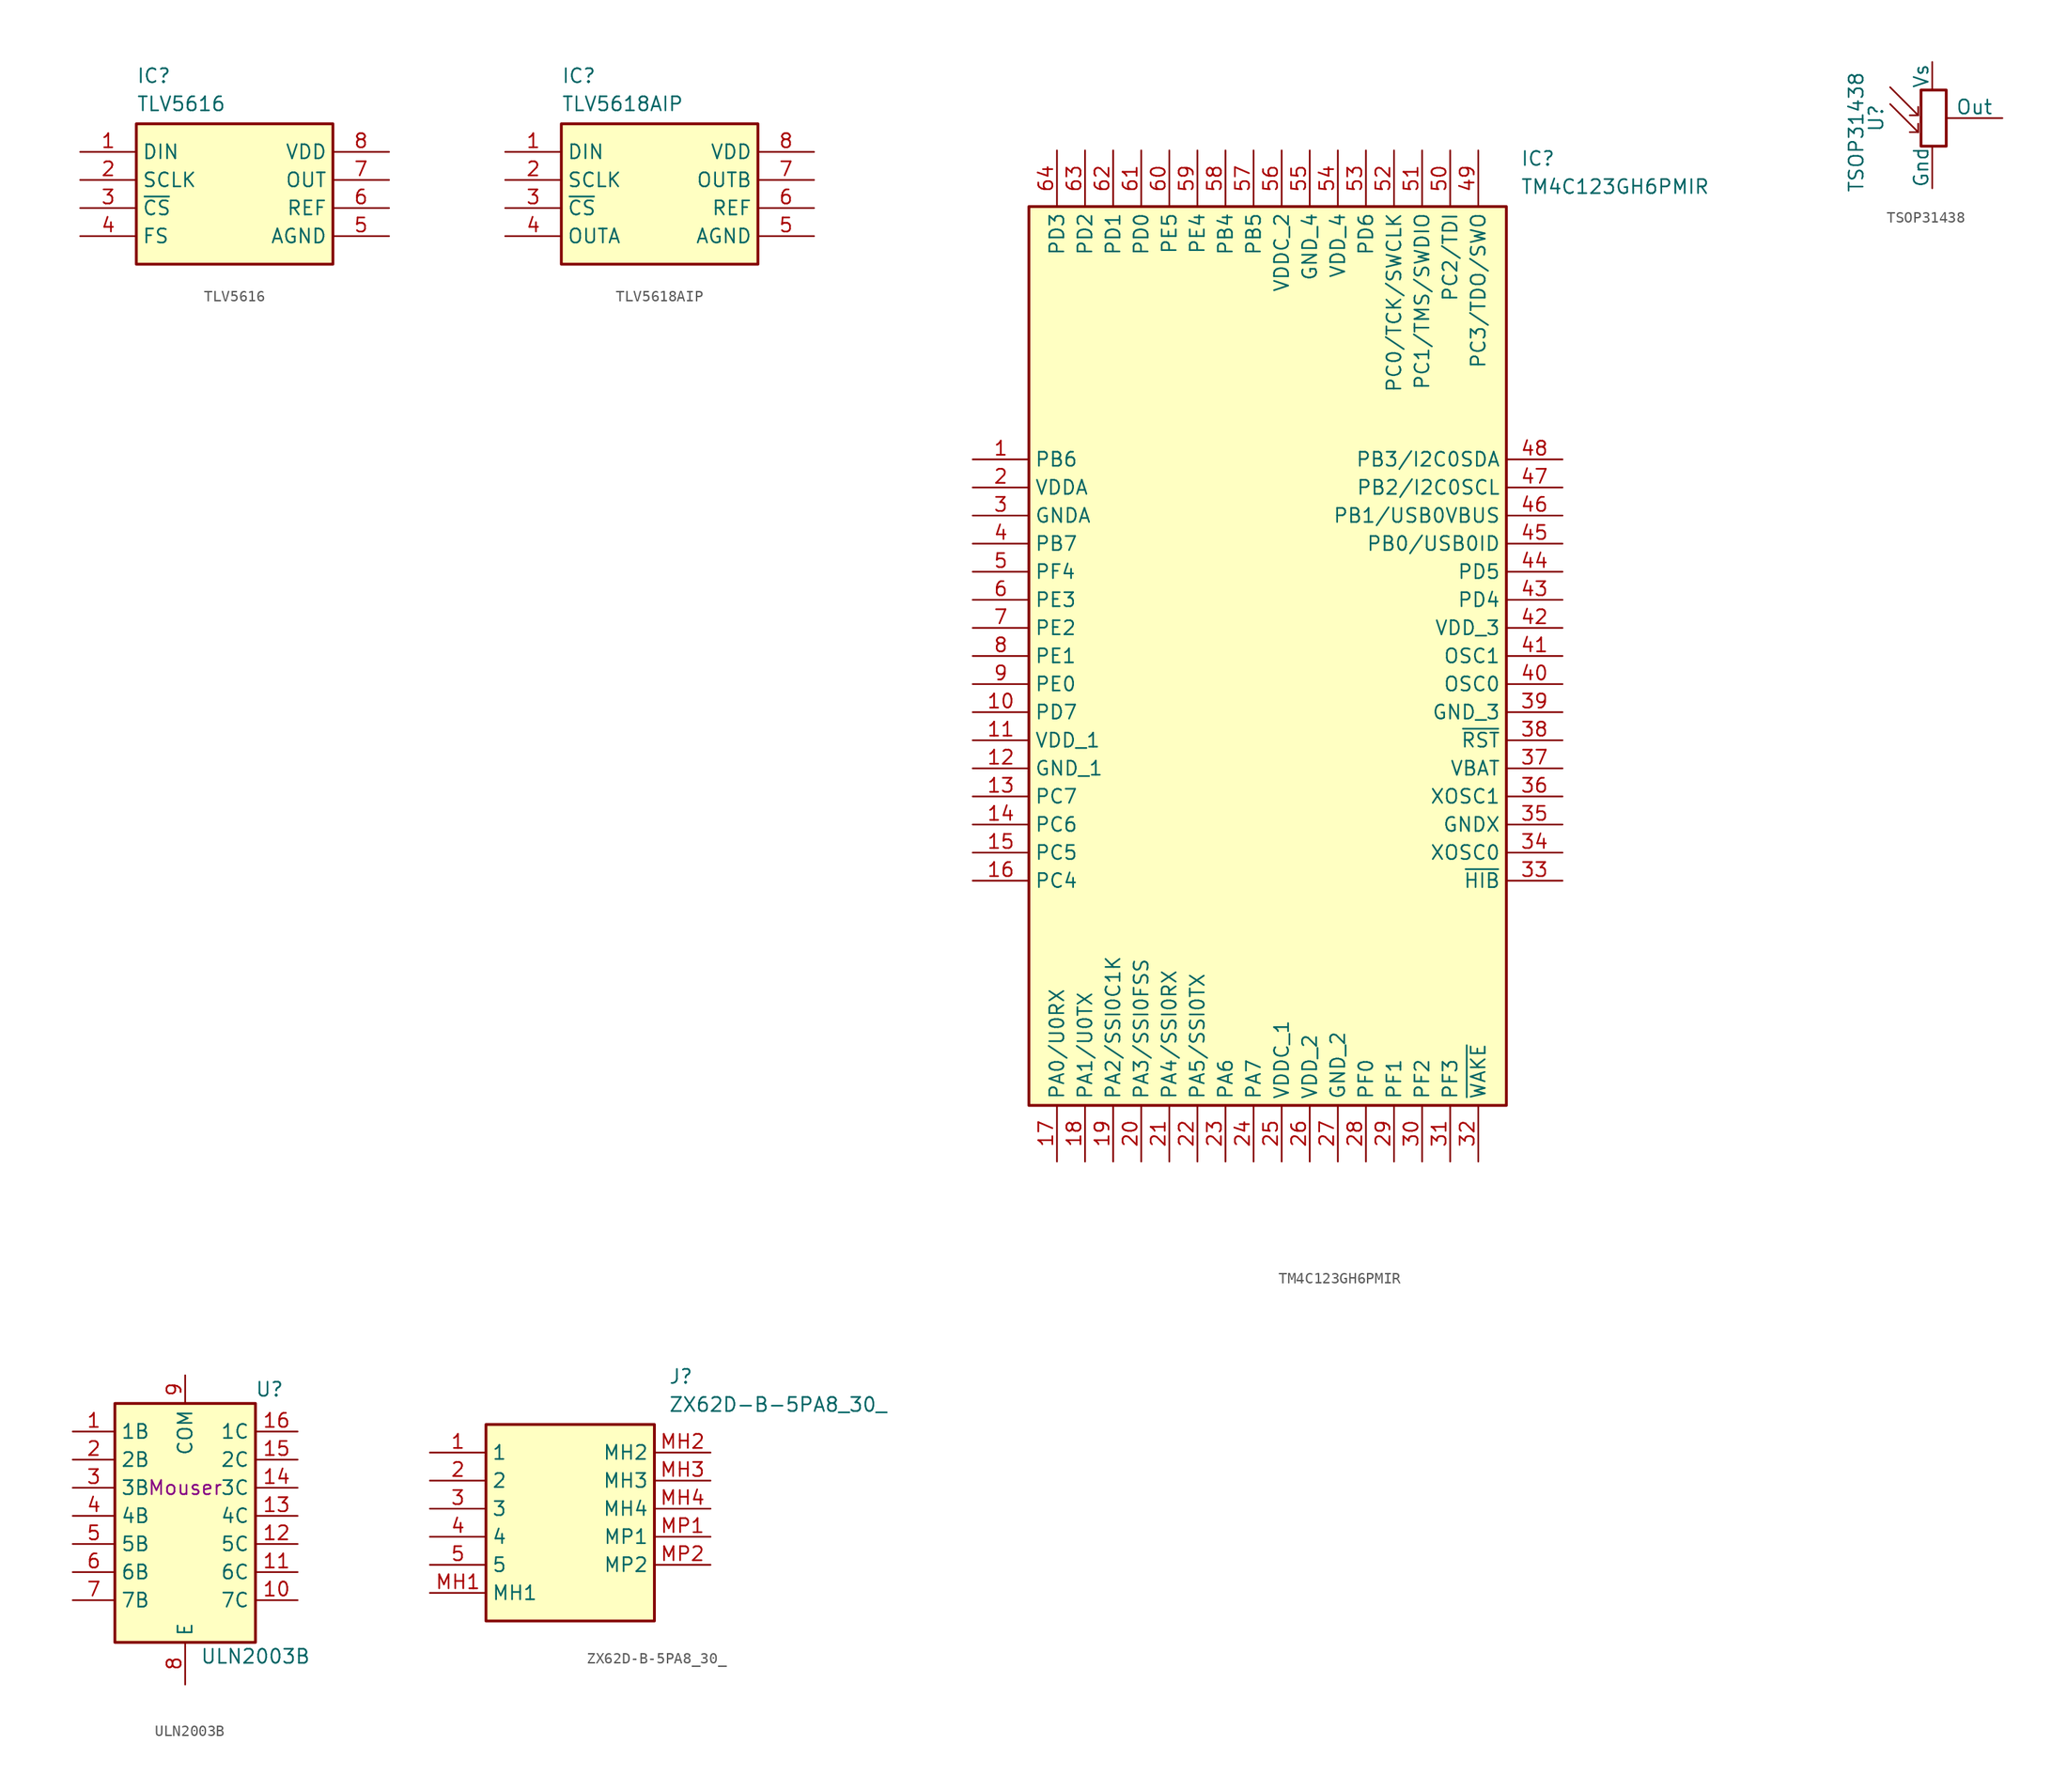
<source format=kicad_sym>
(kicad_symbol_lib
  (version 20241209)
  (generator "kicad_symbol_editor")
  (generator_version "9.0")
  (symbol "TLV5616"
    (property "Reference" "IC"
      (at -8.89 11.43 0)
      (effects (font (size 1.27 1.27)) (justify left top)))
    (property "Value" "TLV5616"
      (at -8.89 8.89 0)
      (effects (font (size 1.27 1.27)) (justify left top)))
    (symbol "TLV5616_1_1"
      (rectangle (start -8.89 6.35) (end 8.89 -6.35) (stroke (width 0.254) (type default)) (fill (type background)))
      (pin input line (at -13.97 3.81 0) (length 5.08) (name "DIN" (effects (font (size 1.27 1.27)))) (number "1" (effects (font (size 1.27 1.27)))))
      (pin input line (at -13.97 1.27 0) (length 5.08) (name "SCLK" (effects (font (size 1.27 1.27)))) (number "2" (effects (font (size 1.27 1.27)))))
      (pin input line (at -13.97 -1.27 0) (length 5.08) (name "~{CS}" (effects (font (size 1.27 1.27)))) (number "3" (effects (font (size 1.27 1.27)))))
      (pin input line (at -13.97 -3.81 0) (length 5.08) (name "FS" (effects (font (size 1.27 1.27)))) (number "4" (effects (font (size 1.27 1.27)))))
      (pin power_in line (at 13.97 3.81 180) (length 5.08) (name "VDD" (effects (font (size 1.27 1.27)))) (number "8" (effects (font (size 1.27 1.27)))))
      (pin output line (at 13.97 1.27 180) (length 5.08) (name "OUT" (effects (font (size 1.27 1.27)))) (number "7" (effects (font (size 1.27 1.27)))))
      (pin input line (at 13.97 -1.27 180) (length 5.08) (name "REF" (effects (font (size 1.27 1.27)))) (number "6" (effects (font (size 1.27 1.27)))))
      (pin power_in line (at 13.97 -3.81 180) (length 5.08) (name "AGND" (effects (font (size 1.27 1.27)))) (number "5" (effects (font (size 1.27 1.27)))))))
  (symbol "TLV5618AIP"
    (property "Reference" "IC"
      (at -8.89 11.43 0)
      (effects (font (size 1.27 1.27)) (justify left top)))
    (property "Value" "TLV5618AIP"
      (at -8.89 8.89 0)
      (effects (font (size 1.27 1.27)) (justify left top)))
    (symbol "TLV5618AIP_1_1"
      (rectangle (start -8.89 6.35) (end 8.89 -6.35) (stroke (width 0.254) (type default)) (fill (type background)))
      (pin passive line (at -13.97 3.81 0) (length 5.08) (name "DIN" (effects (font (size 1.27 1.27)))) (number "1" (effects (font (size 1.27 1.27)))))
      (pin passive line (at -13.97 1.27 0) (length 5.08) (name "SCLK" (effects (font (size 1.27 1.27)))) (number "2" (effects (font (size 1.27 1.27)))))
      (pin passive line (at -13.97 -1.27 0) (length 5.08) (name "~{CS}" (effects (font (size 1.27 1.27)))) (number "3" (effects (font (size 1.27 1.27)))))
      (pin passive line (at -13.97 -3.81 0) (length 5.08) (name "OUTA" (effects (font (size 1.27 1.27)))) (number "4" (effects (font (size 1.27 1.27)))))
      (pin passive line (at 13.97 3.81 180) (length 5.08) (name "VDD" (effects (font (size 1.27 1.27)))) (number "8" (effects (font (size 1.27 1.27)))))
      (pin passive line (at 13.97 1.27 180) (length 5.08) (name "OUTB" (effects (font (size 1.27 1.27)))) (number "7" (effects (font (size 1.27 1.27)))))
      (pin passive line (at 13.97 -1.27 180) (length 5.08) (name "REF" (effects (font (size 1.27 1.27)))) (number "6" (effects (font (size 1.27 1.27)))))
      (pin passive line (at 13.97 -3.81 180) (length 5.08) (name "AGND" (effects (font (size 1.27 1.27)))) (number "5" (effects (font (size 1.27 1.27)))))))
  (symbol "TM4C123GH6PMIR"
    (property "Reference" "IC"
      (at 49.53 27.94 0)
      (effects (font (size 1.27 1.27)) (justify left top)))
    (property "Value" "TM4C123GH6PMIR"
      (at 49.53 25.4 0)
      (effects (font (size 1.27 1.27)) (justify left top)))
    (symbol "TM4C123GH6PMIR_1_1"
      (rectangle (start 5.08 22.86) (end 48.26 -58.42) (stroke (width 0.254) (type default)) (fill (type background)))
      (pin passive line (at 0 0 0) (length 5.08) (name "PB6" (effects (font (size 1.27 1.27)))) (number "1" (effects (font (size 1.27 1.27)))))
      (pin passive line (at 0 -2.54 0) (length 5.08) (name "VDDA" (effects (font (size 1.27 1.27)))) (number "2" (effects (font (size 1.27 1.27)))))
      (pin passive line (at 0 -5.08 0) (length 5.08) (name "GNDA" (effects (font (size 1.27 1.27)))) (number "3" (effects (font (size 1.27 1.27)))))
      (pin passive line (at 0 -7.62 0) (length 5.08) (name "PB7" (effects (font (size 1.27 1.27)))) (number "4" (effects (font (size 1.27 1.27)))))
      (pin passive line (at 0 -10.16 0) (length 5.08) (name "PF4" (effects (font (size 1.27 1.27)))) (number "5" (effects (font (size 1.27 1.27)))))
      (pin passive line (at 0 -12.7 0) (length 5.08) (name "PE3" (effects (font (size 1.27 1.27)))) (number "6" (effects (font (size 1.27 1.27)))))
      (pin passive line (at 0 -15.24 0) (length 5.08) (name "PE2" (effects (font (size 1.27 1.27)))) (number "7" (effects (font (size 1.27 1.27)))))
      (pin passive line (at 0 -17.78 0) (length 5.08) (name "PE1" (effects (font (size 1.27 1.27)))) (number "8" (effects (font (size 1.27 1.27)))))
      (pin passive line (at 0 -20.32 0) (length 5.08) (name "PE0" (effects (font (size 1.27 1.27)))) (number "9" (effects (font (size 1.27 1.27)))))
      (pin passive line (at 0 -22.86 0) (length 5.08) (name "PD7" (effects (font (size 1.27 1.27)))) (number "10" (effects (font (size 1.27 1.27)))))
      (pin passive line (at 0 -25.4 0) (length 5.08) (name "VDD_1" (effects (font (size 1.27 1.27)))) (number "11" (effects (font (size 1.27 1.27)))))
      (pin passive line (at 0 -27.94 0) (length 5.08) (name "GND_1" (effects (font (size 1.27 1.27)))) (number "12" (effects (font (size 1.27 1.27)))))
      (pin passive line (at 0 -30.48 0) (length 5.08) (name "PC7" (effects (font (size 1.27 1.27)))) (number "13" (effects (font (size 1.27 1.27)))))
      (pin passive line (at 0 -33.02 0) (length 5.08) (name "PC6" (effects (font (size 1.27 1.27)))) (number "14" (effects (font (size 1.27 1.27)))))
      (pin passive line (at 0 -35.56 0) (length 5.08) (name "PC5" (effects (font (size 1.27 1.27)))) (number "15" (effects (font (size 1.27 1.27)))))
      (pin passive line (at 0 -38.1 0) (length 5.08) (name "PC4" (effects (font (size 1.27 1.27)))) (number "16" (effects (font (size 1.27 1.27)))))
      (pin passive line (at 7.62 27.94 270) (length 5.08) (name "PD3" (effects (font (size 1.27 1.27)))) (number "64" (effects (font (size 1.27 1.27)))))
      (pin passive line (at 7.62 -63.5 90) (length 5.08) (name "PA0/U0RX" (effects (font (size 1.27 1.27)))) (number "17" (effects (font (size 1.27 1.27)))))
      (pin passive line (at 10.16 27.94 270) (length 5.08) (name "PD2" (effects (font (size 1.27 1.27)))) (number "63" (effects (font (size 1.27 1.27)))))
      (pin passive line (at 10.16 -63.5 90) (length 5.08) (name "PA1/U0TX" (effects (font (size 1.27 1.27)))) (number "18" (effects (font (size 1.27 1.27)))))
      (pin passive line (at 12.7 27.94 270) (length 5.08) (name "PD1" (effects (font (size 1.27 1.27)))) (number "62" (effects (font (size 1.27 1.27)))))
      (pin passive line (at 12.7 -63.5 90) (length 5.08) (name "PA2/SSI0C1K" (effects (font (size 1.27 1.27)))) (number "19" (effects (font (size 1.27 1.27)))))
      (pin passive line (at 15.24 27.94 270) (length 5.08) (name "PD0" (effects (font (size 1.27 1.27)))) (number "61" (effects (font (size 1.27 1.27)))))
      (pin passive line (at 15.24 -63.5 90) (length 5.08) (name "PA3/SSI0FSS" (effects (font (size 1.27 1.27)))) (number "20" (effects (font (size 1.27 1.27)))))
      (pin passive line (at 17.78 27.94 270) (length 5.08) (name "PE5" (effects (font (size 1.27 1.27)))) (number "60" (effects (font (size 1.27 1.27)))))
      (pin passive line (at 17.78 -63.5 90) (length 5.08) (name "PA4/SSI0RX" (effects (font (size 1.27 1.27)))) (number "21" (effects (font (size 1.27 1.27)))))
      (pin passive line (at 20.32 27.94 270) (length 5.08) (name "PE4" (effects (font (size 1.27 1.27)))) (number "59" (effects (font (size 1.27 1.27)))))
      (pin passive line (at 20.32 -63.5 90) (length 5.08) (name "PA5/SSI0TX" (effects (font (size 1.27 1.27)))) (number "22" (effects (font (size 1.27 1.27)))))
      (pin passive line (at 22.86 27.94 270) (length 5.08) (name "PB4" (effects (font (size 1.27 1.27)))) (number "58" (effects (font (size 1.27 1.27)))))
      (pin passive line (at 22.86 -63.5 90) (length 5.08) (name "PA6" (effects (font (size 1.27 1.27)))) (number "23" (effects (font (size 1.27 1.27)))))
      (pin passive line (at 25.4 27.94 270) (length 5.08) (name "PB5" (effects (font (size 1.27 1.27)))) (number "57" (effects (font (size 1.27 1.27)))))
      (pin passive line (at 25.4 -63.5 90) (length 5.08) (name "PA7" (effects (font (size 1.27 1.27)))) (number "24" (effects (font (size 1.27 1.27)))))
      (pin passive line (at 27.94 27.94 270) (length 5.08) (name "VDDC_2" (effects (font (size 1.27 1.27)))) (number "56" (effects (font (size 1.27 1.27)))))
      (pin passive line (at 27.94 -63.5 90) (length 5.08) (name "VDDC_1" (effects (font (size 1.27 1.27)))) (number "25" (effects (font (size 1.27 1.27)))))
      (pin passive line (at 30.48 27.94 270) (length 5.08) (name "GND_4" (effects (font (size 1.27 1.27)))) (number "55" (effects (font (size 1.27 1.27)))))
      (pin passive line (at 30.48 -63.5 90) (length 5.08) (name "VDD_2" (effects (font (size 1.27 1.27)))) (number "26" (effects (font (size 1.27 1.27)))))
      (pin passive line (at 33.02 27.94 270) (length 5.08) (name "VDD_4" (effects (font (size 1.27 1.27)))) (number "54" (effects (font (size 1.27 1.27)))))
      (pin passive line (at 33.02 -63.5 90) (length 5.08) (name "GND_2" (effects (font (size 1.27 1.27)))) (number "27" (effects (font (size 1.27 1.27)))))
      (pin passive line (at 35.56 27.94 270) (length 5.08) (name "PD6" (effects (font (size 1.27 1.27)))) (number "53" (effects (font (size 1.27 1.27)))))
      (pin passive line (at 35.56 -63.5 90) (length 5.08) (name "PF0" (effects (font (size 1.27 1.27)))) (number "28" (effects (font (size 1.27 1.27)))))
      (pin passive line (at 38.1 27.94 270) (length 5.08) (name "PC0/TCK/SWCLK" (effects (font (size 1.27 1.27)))) (number "52" (effects (font (size 1.27 1.27)))))
      (pin passive line (at 38.1 -63.5 90) (length 5.08) (name "PF1" (effects (font (size 1.27 1.27)))) (number "29" (effects (font (size 1.27 1.27)))))
      (pin passive line (at 40.64 27.94 270) (length 5.08) (name "PC1/TMS/SWDIO" (effects (font (size 1.27 1.27)))) (number "51" (effects (font (size 1.27 1.27)))))
      (pin passive line (at 40.64 -63.5 90) (length 5.08) (name "PF2" (effects (font (size 1.27 1.27)))) (number "30" (effects (font (size 1.27 1.27)))))
      (pin passive line (at 43.18 27.94 270) (length 5.08) (name "PC2/TDI" (effects (font (size 1.27 1.27)))) (number "50" (effects (font (size 1.27 1.27)))))
      (pin passive line (at 43.18 -63.5 90) (length 5.08) (name "PF3" (effects (font (size 1.27 1.27)))) (number "31" (effects (font (size 1.27 1.27)))))
      (pin passive line (at 45.72 27.94 270) (length 5.08) (name "PC3/TDO/SWO" (effects (font (size 1.27 1.27)))) (number "49" (effects (font (size 1.27 1.27)))))
      (pin passive line (at 45.72 -63.5 90) (length 5.08) (name "~{WAKE}" (effects (font (size 1.27 1.27)))) (number "32" (effects (font (size 1.27 1.27)))))
      (pin passive line (at 53.34 0 180) (length 5.08) (name "PB3/I2C0SDA" (effects (font (size 1.27 1.27)))) (number "48" (effects (font (size 1.27 1.27)))))
      (pin passive line (at 53.34 -2.54 180) (length 5.08) (name "PB2/I2C0SCL" (effects (font (size 1.27 1.27)))) (number "47" (effects (font (size 1.27 1.27)))))
      (pin passive line (at 53.34 -5.08 180) (length 5.08) (name "PB1/USB0VBUS" (effects (font (size 1.27 1.27)))) (number "46" (effects (font (size 1.27 1.27)))))
      (pin passive line (at 53.34 -7.62 180) (length 5.08) (name "PB0/USB0ID" (effects (font (size 1.27 1.27)))) (number "45" (effects (font (size 1.27 1.27)))))
      (pin passive line (at 53.34 -10.16 180) (length 5.08) (name "PD5" (effects (font (size 1.27 1.27)))) (number "44" (effects (font (size 1.27 1.27)))))
      (pin passive line (at 53.34 -12.7 180) (length 5.08) (name "PD4" (effects (font (size 1.27 1.27)))) (number "43" (effects (font (size 1.27 1.27)))))
      (pin passive line (at 53.34 -15.24 180) (length 5.08) (name "VDD_3" (effects (font (size 1.27 1.27)))) (number "42" (effects (font (size 1.27 1.27)))))
      (pin passive line (at 53.34 -17.78 180) (length 5.08) (name "OSC1" (effects (font (size 1.27 1.27)))) (number "41" (effects (font (size 1.27 1.27)))))
      (pin passive line (at 53.34 -20.32 180) (length 5.08) (name "OSC0" (effects (font (size 1.27 1.27)))) (number "40" (effects (font (size 1.27 1.27)))))
      (pin passive line (at 53.34 -22.86 180) (length 5.08) (name "GND_3" (effects (font (size 1.27 1.27)))) (number "39" (effects (font (size 1.27 1.27)))))
      (pin passive line (at 53.34 -25.4 180) (length 5.08) (name "~{RST}" (effects (font (size 1.27 1.27)))) (number "38" (effects (font (size 1.27 1.27)))))
      (pin passive line (at 53.34 -27.94 180) (length 5.08) (name "VBAT" (effects (font (size 1.27 1.27)))) (number "37" (effects (font (size 1.27 1.27)))))
      (pin passive line (at 53.34 -30.48 180) (length 5.08) (name "XOSC1" (effects (font (size 1.27 1.27)))) (number "36" (effects (font (size 1.27 1.27)))))
      (pin passive line (at 53.34 -33.02 180) (length 5.08) (name "GNDX" (effects (font (size 1.27 1.27)))) (number "35" (effects (font (size 1.27 1.27)))))
      (pin passive line (at 53.34 -35.56 180) (length 5.08) (name "XOSC0" (effects (font (size 1.27 1.27)))) (number "34" (effects (font (size 1.27 1.27)))))
      (pin passive line (at 53.34 -38.1 180) (length 5.08) (name "~{HIB}" (effects (font (size 1.27 1.27)))) (number "33" (effects (font (size 1.27 1.27)))))))
  (symbol "TSOP31438"
    (pin_numbers
      (hide yes))
    (pin_names
      (offset 0))
    (property "Reference" "U"
      (at -5.08 0 90)
      (effects (font (size 1.27 1.27))))
    (property "Value" "TSOP31438"
      (at -7.62 -1.27 90)
      (effects (font (size 1.27 1.27)) (justify top)))
    (symbol "TSOP31438_0_1"
      (polyline (pts (xy -1.27 0.254) (xy -3.81 2.794)) (stroke (width 0) (type default)) (fill (type none)))
      (polyline (pts (xy -1.27 0.254) (xy -2.032 0.254)) (stroke (width 0) (type default)) (fill (type none)))
      (polyline (pts (xy -1.27 0.254) (xy -1.27 1.016)) (stroke (width 0) (type default)) (fill (type none)))
      (polyline (pts (xy -1.27 -1.27) (xy -3.81 1.27)) (stroke (width 0) (type default)) (fill (type none)))
      (polyline (pts (xy -1.27 -1.27) (xy -2.032 -1.27)) (stroke (width 0) (type default)) (fill (type none)))
      (polyline (pts (xy -1.27 -1.27) (xy -1.27 -0.508)) (stroke (width 0) (type default)) (fill (type none)))
      (rectangle (start -1.016 2.54) (end 1.27 -2.54) (stroke (width 0.254) (type default)) (fill (type none))))
    (symbol "TSOP31438_1_1"
      (pin power_in line (at 0 5.08 270) (length 2.54) (name "Vs" (effects (font (size 1.27 1.27)))) (number "2" (effects (font (size 1.27 1.27)))))
      (pin power_in line (at 0 -6.35 90) (length 3.81) (name "Gnd" (effects (font (size 1.27 1.27)))) (number "1" (effects (font (size 1.27 1.27)))))
      (pin output line (at 6.35 0 180) (length 5.08) (name "Out" (effects (font (size 1.27 1.27)))) (number "3" (effects (font (size 1.27 1.27)))))))
  (symbol "ULN2003B"
    (property "Reference" "U"
      (at 7.62 8.89 0)
      (effects (font (size 1.27 1.27))))
    (property "Value" "ULN2003B"
      (at 6.35 -15.24 0)
      (effects (font (size 1.27 1.27))))
    (property "Distributor" " Mouser "
      (at 0 0 0)
      (effects (font (size 1.27 1.27))))
    (symbol "ULN2003B_0_0"
      (rectangle (start -6.35 7.62) (end 6.35 -13.97) (stroke (width 0.254) (type default)) (fill (type background))))
    (symbol "ULN2003B_1_1"
      (pin input line (at -10.16 5.08 0) (length 3.81) (name "1B" (effects (font (size 1.27 1.27)))) (number "1" (effects (font (size 1.27 1.27)))))
      (pin input line (at -10.16 2.54 0) (length 3.81) (name "2B" (effects (font (size 1.27 1.27)))) (number "2" (effects (font (size 1.27 1.27)))))
      (pin input line (at -10.16 0 0) (length 3.81) (name "3B" (effects (font (size 1.27 1.27)))) (number "3" (effects (font (size 1.27 1.27)))))
      (pin input line (at -10.16 -2.54 0) (length 3.81) (name "4B" (effects (font (size 1.27 1.27)))) (number "4" (effects (font (size 1.27 1.27)))))
      (pin input line (at -10.16 -5.08 0) (length 3.81) (name "5B" (effects (font (size 1.27 1.27)))) (number "5" (effects (font (size 1.27 1.27)))))
      (pin input line (at -10.16 -7.62 0) (length 3.81) (name "6B" (effects (font (size 1.27 1.27)))) (number "6" (effects (font (size 1.27 1.27)))))
      (pin input line (at -10.16 -10.16 0) (length 3.81) (name "7B" (effects (font (size 1.27 1.27)))) (number "7" (effects (font (size 1.27 1.27)))))
      (pin power_in line (at 0 10.16 270) (length 2.54) (name "COM" (effects (font (size 1.27 1.27)))) (number "9" (effects (font (size 1.27 1.27)))))
      (pin power_in line (at 0 -17.78 90) (length 3.81) (name "E" (effects (font (size 1.27 1.27)))) (number "8" (effects (font (size 1.27 1.27)))))
      (pin output line (at 10.16 5.08 180) (length 3.81) (name "1C" (effects (font (size 1.27 1.27)))) (number "16" (effects (font (size 1.27 1.27)))))
      (pin output line (at 10.16 2.54 180) (length 3.81) (name "2C" (effects (font (size 1.27 1.27)))) (number "15" (effects (font (size 1.27 1.27)))))
      (pin output line (at 10.16 0 180) (length 3.81) (name "3C" (effects (font (size 1.27 1.27)))) (number "14" (effects (font (size 1.27 1.27)))))
      (pin output line (at 10.16 -2.54 180) (length 3.81) (name "4C" (effects (font (size 1.27 1.27)))) (number "13" (effects (font (size 1.27 1.27)))))
      (pin output line (at 10.16 -5.08 180) (length 3.81) (name "5C" (effects (font (size 1.27 1.27)))) (number "12" (effects (font (size 1.27 1.27)))))
      (pin output line (at 10.16 -7.62 180) (length 3.81) (name "6C" (effects (font (size 1.27 1.27)))) (number "11" (effects (font (size 1.27 1.27)))))
      (pin output line (at 10.16 -10.16 180) (length 3.81) (name "7C" (effects (font (size 1.27 1.27)))) (number "10" (effects (font (size 1.27 1.27)))))))
  (symbol "ZX62D-B-5PA8_30_"
    (property "Reference" "J"
      (at 21.59 7.62 0)
      (effects (font (size 1.27 1.27)) (justify left top)))
    (property "Value" "ZX62D-B-5PA8_30_"
      (at 21.59 5.08 0)
      (effects (font (size 1.27 1.27)) (justify left top)))
    (symbol "ZX62D-B-5PA8_30__1_1"
      (rectangle (start 5.08 2.54) (end 20.32 -15.24) (stroke (width 0.254) (type default)) (fill (type background)))
      (pin passive line (at 0 0 0) (length 5.08) (name "1" (effects (font (size 1.27 1.27)))) (number "1" (effects (font (size 1.27 1.27)))))
      (pin passive line (at 0 -2.54 0) (length 5.08) (name "2" (effects (font (size 1.27 1.27)))) (number "2" (effects (font (size 1.27 1.27)))))
      (pin passive line (at 0 -5.08 0) (length 5.08) (name "3" (effects (font (size 1.27 1.27)))) (number "3" (effects (font (size 1.27 1.27)))))
      (pin passive line (at 0 -7.62 0) (length 5.08) (name "4" (effects (font (size 1.27 1.27)))) (number "4" (effects (font (size 1.27 1.27)))))
      (pin passive line (at 0 -10.16 0) (length 5.08) (name "5" (effects (font (size 1.27 1.27)))) (number "5" (effects (font (size 1.27 1.27)))))
      (pin passive line (at 0 -12.7 0) (length 5.08) (name "MH1" (effects (font (size 1.27 1.27)))) (number "MH1" (effects (font (size 1.27 1.27)))))
      (pin passive line (at 25.4 0 180) (length 5.08) (name "MH2" (effects (font (size 1.27 1.27)))) (number "MH2" (effects (font (size 1.27 1.27)))))
      (pin passive line (at 25.4 -2.54 180) (length 5.08) (name "MH3" (effects (font (size 1.27 1.27)))) (number "MH3" (effects (font (size 1.27 1.27)))))
      (pin passive line (at 25.4 -5.08 180) (length 5.08) (name "MH4" (effects (font (size 1.27 1.27)))) (number "MH4" (effects (font (size 1.27 1.27)))))
      (pin passive line (at 25.4 -7.62 180) (length 5.08) (name "MP1" (effects (font (size 1.27 1.27)))) (number "MP1" (effects (font (size 1.27 1.27)))))
      (pin passive line (at 25.4 -10.16 180) (length 5.08) (name "MP2" (effects (font (size 1.27 1.27)))) (number "MP2" (effects (font (size 1.27 1.27))))))))
</source>
